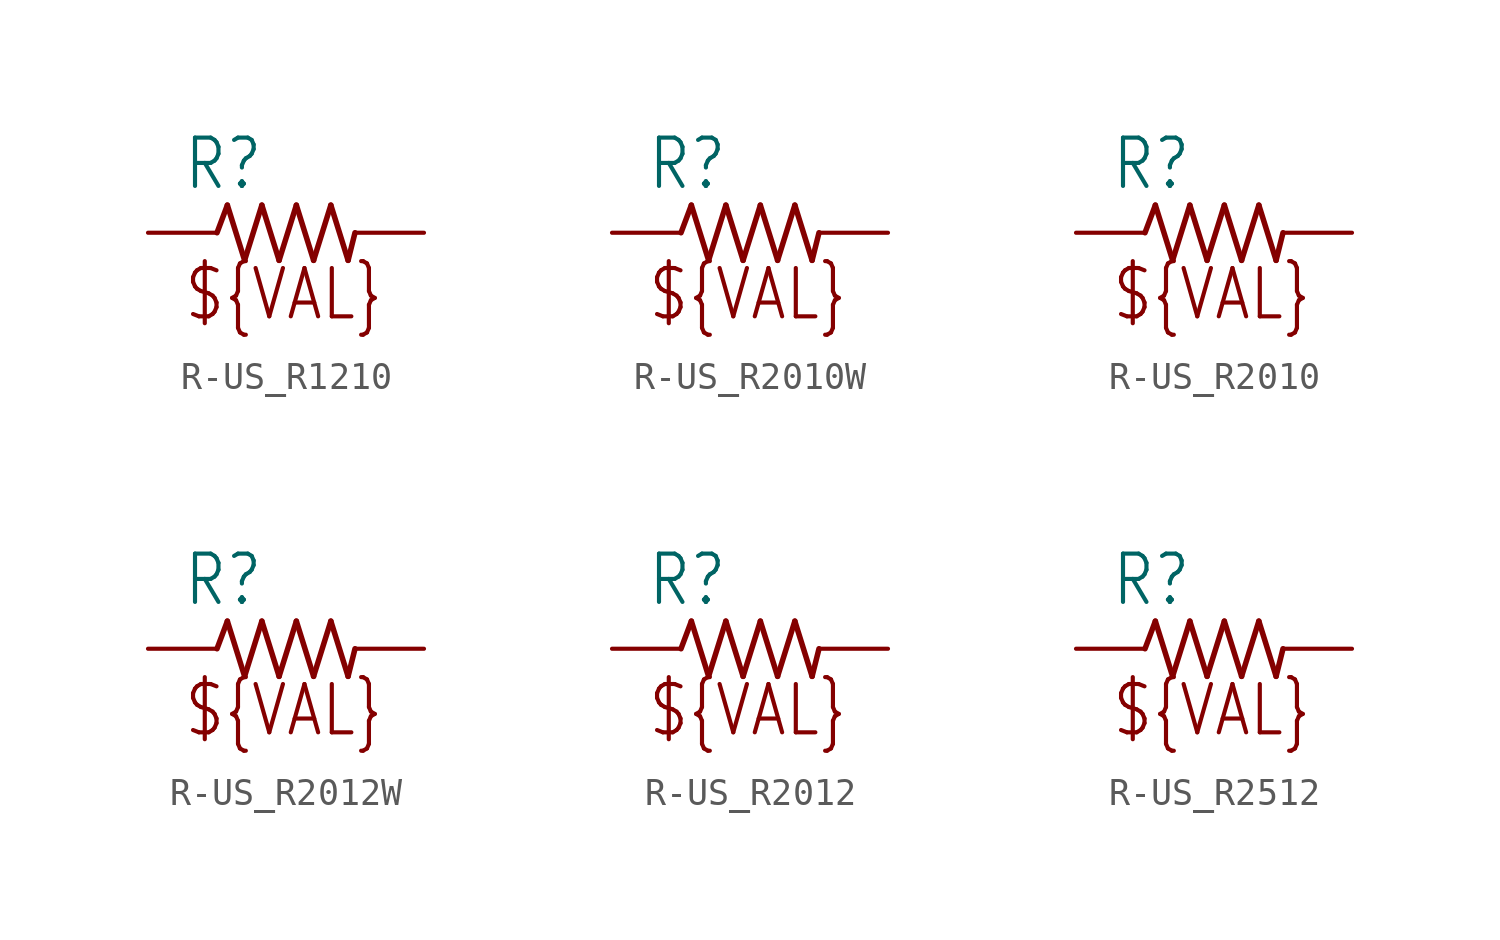
<source format=kicad_sym>
(kicad_symbol_lib
  (version 20231120)
  (generator "kicad_symbol_editor")
  (generator_version "8.0")
  (symbol "R-US_R1210"
    (property "Reference" "R"
      (at -3.81 1.499 0)
      (effects (font (size 1.778 1.511)) (justify left bottom)))
    (property "ki_locked" ""
      (at 0 0 0)
      (effects (font (size 1.27 1.27))))
    (symbol "R-US_R1210_1_0"
      (polyline (pts (xy -2.54 0) (xy -2.159 1.016)) (stroke (width 0.203) (type solid)) (fill (type none)))
      (polyline (pts (xy -2.159 1.016) (xy -1.524 -1.016)) (stroke (width 0.203) (type solid)) (fill (type none)))
      (polyline (pts (xy -1.524 -1.016) (xy -0.889 1.016)) (stroke (width 0.203) (type solid)) (fill (type none)))
      (polyline (pts (xy -0.889 1.016) (xy -0.254 -1.016)) (stroke (width 0.203) (type solid)) (fill (type none)))
      (polyline (pts (xy -0.254 -1.016) (xy 0.381 1.016)) (stroke (width 0.203) (type solid)) (fill (type none)))
      (polyline (pts (xy 0.381 1.016) (xy 1.016 -1.016)) (stroke (width 0.203) (type solid)) (fill (type none)))
      (polyline (pts (xy 1.016 -1.016) (xy 1.651 1.016)) (stroke (width 0.203) (type solid)) (fill (type none)))
      (polyline (pts (xy 1.651 1.016) (xy 2.286 -1.016)) (stroke (width 0.203) (type solid)) (fill (type none)))
      (polyline (pts (xy 2.286 -1.016) (xy 2.54 0)) (stroke (width 0.203) (type solid)) (fill (type none)))
      (text "${VAL}" (at -3.81 -3.302 0) (effects (font (size 1.778 1.511)) (justify left bottom)))
      (pin passive line (at -5.08 0 0) (length 2.54) (name "1" (effects (font (size 0 0)))) (number "1" (effects (font (size 0 0)))))
      (pin passive line (at 5.08 0 180) (length 2.54) (name "2" (effects (font (size 0 0)))) (number "2" (effects (font (size 0 0)))))))
  (symbol "R-US_R2010W"
    (property "Reference" "R"
      (at -3.81 1.499 0)
      (effects (font (size 1.778 1.511)) (justify left bottom)))
    (property "ki_locked" ""
      (at 0 0 0)
      (effects (font (size 1.27 1.27))))
    (symbol "R-US_R2010W_1_0"
      (polyline (pts (xy -2.54 0) (xy -2.159 1.016)) (stroke (width 0.203) (type solid)) (fill (type none)))
      (polyline (pts (xy -2.159 1.016) (xy -1.524 -1.016)) (stroke (width 0.203) (type solid)) (fill (type none)))
      (polyline (pts (xy -1.524 -1.016) (xy -0.889 1.016)) (stroke (width 0.203) (type solid)) (fill (type none)))
      (polyline (pts (xy -0.889 1.016) (xy -0.254 -1.016)) (stroke (width 0.203) (type solid)) (fill (type none)))
      (polyline (pts (xy -0.254 -1.016) (xy 0.381 1.016)) (stroke (width 0.203) (type solid)) (fill (type none)))
      (polyline (pts (xy 0.381 1.016) (xy 1.016 -1.016)) (stroke (width 0.203) (type solid)) (fill (type none)))
      (polyline (pts (xy 1.016 -1.016) (xy 1.651 1.016)) (stroke (width 0.203) (type solid)) (fill (type none)))
      (polyline (pts (xy 1.651 1.016) (xy 2.286 -1.016)) (stroke (width 0.203) (type solid)) (fill (type none)))
      (polyline (pts (xy 2.286 -1.016) (xy 2.54 0)) (stroke (width 0.203) (type solid)) (fill (type none)))
      (text "${VAL}" (at -3.81 -3.302 0) (effects (font (size 1.778 1.511)) (justify left bottom)))
      (pin passive line (at -5.08 0 0) (length 2.54) (name "1" (effects (font (size 0 0)))) (number "1" (effects (font (size 0 0)))))
      (pin passive line (at 5.08 0 180) (length 2.54) (name "2" (effects (font (size 0 0)))) (number "2" (effects (font (size 0 0)))))))
  (symbol "R-US_R2010"
    (property "Reference" "R"
      (at -3.81 1.499 0)
      (effects (font (size 1.778 1.511)) (justify left bottom)))
    (property "ki_locked" ""
      (at 0 0 0)
      (effects (font (size 1.27 1.27))))
    (symbol "R-US_R2010_1_0"
      (polyline (pts (xy -2.54 0) (xy -2.159 1.016)) (stroke (width 0.203) (type solid)) (fill (type none)))
      (polyline (pts (xy -2.159 1.016) (xy -1.524 -1.016)) (stroke (width 0.203) (type solid)) (fill (type none)))
      (polyline (pts (xy -1.524 -1.016) (xy -0.889 1.016)) (stroke (width 0.203) (type solid)) (fill (type none)))
      (polyline (pts (xy -0.889 1.016) (xy -0.254 -1.016)) (stroke (width 0.203) (type solid)) (fill (type none)))
      (polyline (pts (xy -0.254 -1.016) (xy 0.381 1.016)) (stroke (width 0.203) (type solid)) (fill (type none)))
      (polyline (pts (xy 0.381 1.016) (xy 1.016 -1.016)) (stroke (width 0.203) (type solid)) (fill (type none)))
      (polyline (pts (xy 1.016 -1.016) (xy 1.651 1.016)) (stroke (width 0.203) (type solid)) (fill (type none)))
      (polyline (pts (xy 1.651 1.016) (xy 2.286 -1.016)) (stroke (width 0.203) (type solid)) (fill (type none)))
      (polyline (pts (xy 2.286 -1.016) (xy 2.54 0)) (stroke (width 0.203) (type solid)) (fill (type none)))
      (text "${VAL}" (at -3.81 -3.302 0) (effects (font (size 1.778 1.511)) (justify left bottom)))
      (pin passive line (at -5.08 0 0) (length 2.54) (name "1" (effects (font (size 0 0)))) (number "1" (effects (font (size 0 0)))))
      (pin passive line (at 5.08 0 180) (length 2.54) (name "2" (effects (font (size 0 0)))) (number "2" (effects (font (size 0 0)))))))
  (symbol "R-US_R2012W"
    (property "Reference" "R"
      (at -3.81 1.499 0)
      (effects (font (size 1.778 1.511)) (justify left bottom)))
    (property "ki_locked" ""
      (at 0 0 0)
      (effects (font (size 1.27 1.27))))
    (symbol "R-US_R2012W_1_0"
      (polyline (pts (xy -2.54 0) (xy -2.159 1.016)) (stroke (width 0.203) (type solid)) (fill (type none)))
      (polyline (pts (xy -2.159 1.016) (xy -1.524 -1.016)) (stroke (width 0.203) (type solid)) (fill (type none)))
      (polyline (pts (xy -1.524 -1.016) (xy -0.889 1.016)) (stroke (width 0.203) (type solid)) (fill (type none)))
      (polyline (pts (xy -0.889 1.016) (xy -0.254 -1.016)) (stroke (width 0.203) (type solid)) (fill (type none)))
      (polyline (pts (xy -0.254 -1.016) (xy 0.381 1.016)) (stroke (width 0.203) (type solid)) (fill (type none)))
      (polyline (pts (xy 0.381 1.016) (xy 1.016 -1.016)) (stroke (width 0.203) (type solid)) (fill (type none)))
      (polyline (pts (xy 1.016 -1.016) (xy 1.651 1.016)) (stroke (width 0.203) (type solid)) (fill (type none)))
      (polyline (pts (xy 1.651 1.016) (xy 2.286 -1.016)) (stroke (width 0.203) (type solid)) (fill (type none)))
      (polyline (pts (xy 2.286 -1.016) (xy 2.54 0)) (stroke (width 0.203) (type solid)) (fill (type none)))
      (text "${VAL}" (at -3.81 -3.302 0) (effects (font (size 1.778 1.511)) (justify left bottom)))
      (pin passive line (at -5.08 0 0) (length 2.54) (name "1" (effects (font (size 0 0)))) (number "1" (effects (font (size 0 0)))))
      (pin passive line (at 5.08 0 180) (length 2.54) (name "2" (effects (font (size 0 0)))) (number "2" (effects (font (size 0 0)))))))
  (symbol "R-US_R2012"
    (property "Reference" "R"
      (at -3.81 1.499 0)
      (effects (font (size 1.778 1.511)) (justify left bottom)))
    (property "ki_locked" ""
      (at 0 0 0)
      (effects (font (size 1.27 1.27))))
    (symbol "R-US_R2012_1_0"
      (polyline (pts (xy -2.54 0) (xy -2.159 1.016)) (stroke (width 0.203) (type solid)) (fill (type none)))
      (polyline (pts (xy -2.159 1.016) (xy -1.524 -1.016)) (stroke (width 0.203) (type solid)) (fill (type none)))
      (polyline (pts (xy -1.524 -1.016) (xy -0.889 1.016)) (stroke (width 0.203) (type solid)) (fill (type none)))
      (polyline (pts (xy -0.889 1.016) (xy -0.254 -1.016)) (stroke (width 0.203) (type solid)) (fill (type none)))
      (polyline (pts (xy -0.254 -1.016) (xy 0.381 1.016)) (stroke (width 0.203) (type solid)) (fill (type none)))
      (polyline (pts (xy 0.381 1.016) (xy 1.016 -1.016)) (stroke (width 0.203) (type solid)) (fill (type none)))
      (polyline (pts (xy 1.016 -1.016) (xy 1.651 1.016)) (stroke (width 0.203) (type solid)) (fill (type none)))
      (polyline (pts (xy 1.651 1.016) (xy 2.286 -1.016)) (stroke (width 0.203) (type solid)) (fill (type none)))
      (polyline (pts (xy 2.286 -1.016) (xy 2.54 0)) (stroke (width 0.203) (type solid)) (fill (type none)))
      (text "${VAL}" (at -3.81 -3.302 0) (effects (font (size 1.778 1.511)) (justify left bottom)))
      (pin passive line (at -5.08 0 0) (length 2.54) (name "1" (effects (font (size 0 0)))) (number "1" (effects (font (size 0 0)))))
      (pin passive line (at 5.08 0 180) (length 2.54) (name "2" (effects (font (size 0 0)))) (number "2" (effects (font (size 0 0)))))))
  (symbol "R-US_R2512"
    (property "Reference" "R"
      (at -3.81 1.499 0)
      (effects (font (size 1.778 1.511)) (justify left bottom)))
    (property "ki_locked" ""
      (at 0 0 0)
      (effects (font (size 1.27 1.27))))
    (symbol "R-US_R2512_1_0"
      (polyline (pts (xy -2.54 0) (xy -2.159 1.016)) (stroke (width 0.203) (type solid)) (fill (type none)))
      (polyline (pts (xy -2.159 1.016) (xy -1.524 -1.016)) (stroke (width 0.203) (type solid)) (fill (type none)))
      (polyline (pts (xy -1.524 -1.016) (xy -0.889 1.016)) (stroke (width 0.203) (type solid)) (fill (type none)))
      (polyline (pts (xy -0.889 1.016) (xy -0.254 -1.016)) (stroke (width 0.203) (type solid)) (fill (type none)))
      (polyline (pts (xy -0.254 -1.016) (xy 0.381 1.016)) (stroke (width 0.203) (type solid)) (fill (type none)))
      (polyline (pts (xy 0.381 1.016) (xy 1.016 -1.016)) (stroke (width 0.203) (type solid)) (fill (type none)))
      (polyline (pts (xy 1.016 -1.016) (xy 1.651 1.016)) (stroke (width 0.203) (type solid)) (fill (type none)))
      (polyline (pts (xy 1.651 1.016) (xy 2.286 -1.016)) (stroke (width 0.203) (type solid)) (fill (type none)))
      (polyline (pts (xy 2.286 -1.016) (xy 2.54 0)) (stroke (width 0.203) (type solid)) (fill (type none)))
      (text "${VAL}" (at -3.81 -3.302 0) (effects (font (size 1.778 1.511)) (justify left bottom)))
      (pin passive line (at -5.08 0 0) (length 2.54) (name "1" (effects (font (size 0 0)))) (number "1" (effects (font (size 0 0)))))
      (pin passive line (at 5.08 0 180) (length 2.54) (name "2" (effects (font (size 0 0)))) (number "2" (effects (font (size 0 0))))))))
</source>
